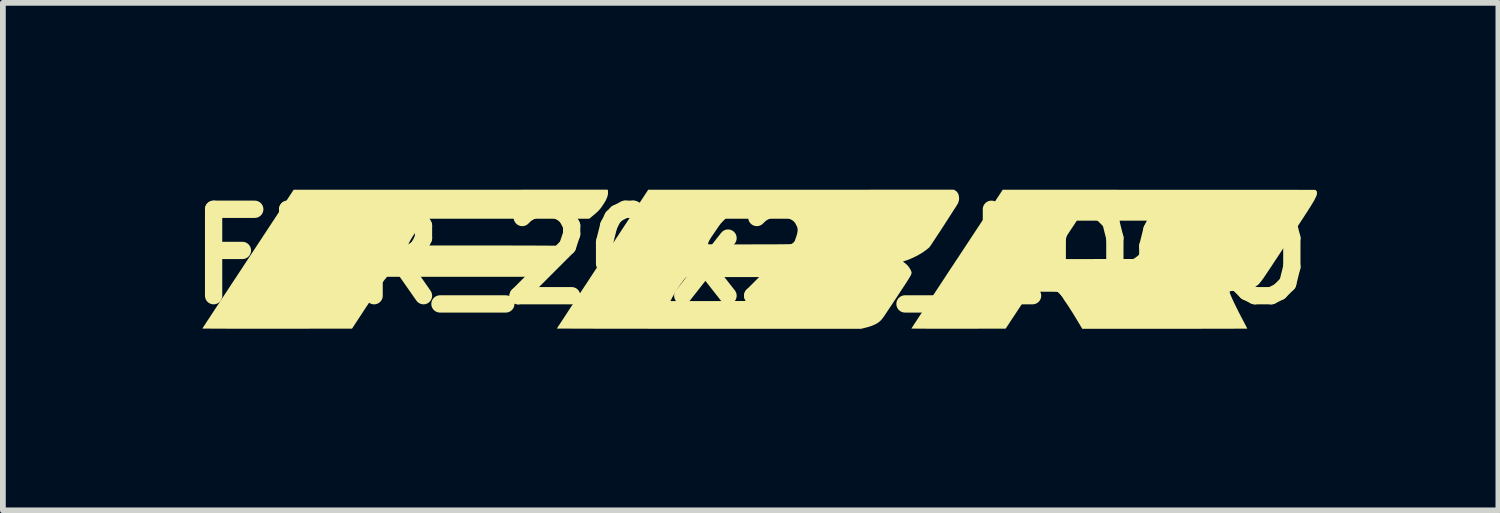
<source format=kicad_pcb>
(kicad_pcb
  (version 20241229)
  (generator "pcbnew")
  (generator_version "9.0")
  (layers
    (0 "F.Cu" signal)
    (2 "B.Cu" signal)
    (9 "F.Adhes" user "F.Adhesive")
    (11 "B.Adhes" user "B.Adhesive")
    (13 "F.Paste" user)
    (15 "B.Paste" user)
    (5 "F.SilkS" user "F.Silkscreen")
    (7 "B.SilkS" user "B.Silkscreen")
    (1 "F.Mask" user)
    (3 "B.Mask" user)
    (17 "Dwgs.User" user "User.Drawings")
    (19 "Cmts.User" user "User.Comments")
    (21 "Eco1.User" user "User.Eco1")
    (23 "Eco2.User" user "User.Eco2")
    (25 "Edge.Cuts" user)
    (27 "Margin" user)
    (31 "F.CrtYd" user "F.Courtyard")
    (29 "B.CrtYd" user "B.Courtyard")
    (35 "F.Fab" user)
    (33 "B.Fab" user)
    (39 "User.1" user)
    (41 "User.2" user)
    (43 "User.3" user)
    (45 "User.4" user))
  (footprint "FBR_20x20_LOGO"
    (layer "F.Cu")
    (at 9.979 1.404)
    (property "Reference" "FBR_20x20_LOGO" (at 0 0 0) (layer "F.SilkS") (effects (font (size 1.5 1.5) (thickness 0.3))))
    (attr board_only exclude_from_pos_files exclude_from_bom)
    (fp_poly (pts (xy -2.478 -1.148) (xy -2.475 -1.125) (xy -2.476 -1.096) (xy -2.48 -1.066) (xy -2.489 -1.037) (xy -2.498 -1.013) (xy -2.507 -0.992) (xy -2.517 -0.971) (xy -2.53 -0.949) (xy -2.547 -0.923) (xy -2.558 -0.905) (xy -2.58 -0.872) (xy -2.6 -0.844) (xy -2.62 -0.82) (xy -2.64 -0.797) (xy -2.664 -0.774) (xy -2.692 -0.749) (xy -2.721 -0.724) (xy -2.801 -0.658) (xy -4.213 -0.658) (xy -5.626 -0.658) (xy -5.679 -0.602) (xy -5.706 -0.572) (xy -5.736 -0.535) (xy -5.768 -0.493) (xy -5.801 -0.448) (xy -5.833 -0.401) (xy -5.864 -0.354) (xy -5.892 -0.308) (xy -5.916 -0.266) (xy -5.933 -0.233) (xy -5.952 -0.194) (xy -4.61 -0.193) (xy -4.485 -0.193) (xy -4.364 -0.193) (xy -4.248 -0.193) (xy -4.137 -0.193) (xy -4.031 -0.192) (xy -3.931 -0.192) (xy -3.836 -0.192) (xy -3.748 -0.192) (xy -3.667 -0.191) (xy -3.592 -0.191) (xy -3.524 -0.191) (xy -3.463 -0.19) (xy -3.41 -0.19) (xy -3.365 -0.189) (xy -3.329 -0.189) (xy -3.301 -0.189) (xy -3.281 -0.188) (xy -3.271 -0.188) (xy -3.269 -0.188) (xy -3.272 -0.183) (xy -3.28 -0.171) (xy -3.292 -0.152) (xy -3.308 -0.128) (xy -3.328 -0.098) (xy -3.35 -0.063) (xy -3.376 -0.024) (xy -3.403 0.018) (xy -3.432 0.062) (xy -3.446 0.083) (xy -3.621 0.35) (xy -4.966 0.35) (xy -6.311 0.35) (xy -6.332 0.376) (xy -6.341 0.387) (xy -6.351 0.398) (xy -6.361 0.411) (xy -6.372 0.426) (xy -6.384 0.443) (xy -6.398 0.462) (xy -6.413 0.485) (xy -6.431 0.511) (xy -6.452 0.542) (xy -6.476 0.578) (xy -6.503 0.619) (xy -6.534 0.665) (xy -6.569 0.718) (xy -6.609 0.778) (xy -6.653 0.846) (xy -6.665 0.863) (xy -6.919 1.25) (xy -8.219 1.252) (xy -8.352 1.252) (xy -8.48 1.252) (xy -8.601 1.252) (xy -8.715 1.252) (xy -8.823 1.252) (xy -8.924 1.252) (xy -9.017 1.252) (xy -9.104 1.251) (xy -9.183 1.251) (xy -9.254 1.251) (xy -9.317 1.251) (xy -9.371 1.25) (xy -9.418 1.25) (xy -9.456 1.25) (xy -9.485 1.249) (xy -9.504 1.249) (xy -9.515 1.249) (xy -9.517 1.248) (xy -9.514 1.244) (xy -9.506 1.232) (xy -9.494 1.212) (xy -9.476 1.186) (xy -9.455 1.153) (xy -9.429 1.113) (xy -9.398 1.067) (xy -9.364 1.015) (xy -9.327 0.958) (xy -9.286 0.896) (xy -9.241 0.828) (xy -9.194 0.756) (xy -9.144 0.68) (xy -9.091 0.6) (xy -9.036 0.516) (xy -8.979 0.429) (xy -8.919 0.339) (xy -8.858 0.246) (xy -8.795 0.15) (xy -8.731 0.053) (xy -8.723 0.041) (xy -7.932 -1.161) (xy -5.207 -1.161) (xy -2.482 -1.162)) (stroke (width 0) (type solid)) (fill yes) (layer "F.SilkS"))
    (fp_poly (pts (xy 7.088 -1.16) (xy 9.8 -1.159) (xy 9.815 -1.145) (xy 9.824 -1.136) (xy 9.828 -1.129) (xy 9.829 -1.119) (xy 9.829 -1.103) (xy 9.829 -1.098) (xy 9.828 -1.086) (xy 9.826 -1.074) (xy 9.822 -1.061) (xy 9.816 -1.046) (xy 9.806 -1.026) (xy 9.793 -0.999) (xy 9.79 -0.993) (xy 9.785 -0.982) (xy 9.778 -0.969) (xy 9.769 -0.955) (xy 9.759 -0.938) (xy 9.747 -0.918) (xy 9.733 -0.895) (xy 9.717 -0.869) (xy 9.697 -0.838) (xy 9.675 -0.803) (xy 9.65 -0.764) (xy 9.621 -0.72) (xy 9.589 -0.67) (xy 9.552 -0.614) (xy 9.512 -0.553) (xy 9.467 -0.484) (xy 9.418 -0.409) (xy 9.364 -0.327) (xy 9.31 -0.245) (xy 9.251 -0.155) (xy 9.198 -0.074) (xy 9.149 0.001) (xy 9.104 0.068) (xy 9.064 0.129) (xy 9.028 0.184) (xy 8.995 0.233) (xy 8.966 0.276) (xy 8.941 0.314) (xy 8.918 0.348) (xy 8.898 0.377) (xy 8.88 0.402) (xy 8.864 0.423) (xy 8.85 0.441) (xy 8.838 0.456) (xy 8.828 0.468) (xy 8.818 0.479) (xy 8.81 0.487) (xy 8.801 0.494) (xy 8.794 0.499) (xy 8.786 0.504) (xy 8.778 0.508) (xy 8.77 0.513) (xy 8.762 0.517) (xy 8.694 0.546) (xy 8.62 0.569) (xy 8.54 0.585) (xy 8.453 0.593) (xy 8.385 0.595) (xy 8.357 0.596) (xy 8.337 0.598) (xy 8.323 0.601) (xy 8.316 0.606) (xy 8.314 0.615) (xy 8.316 0.625) (xy 8.32 0.64) (xy 8.329 0.663) (xy 8.342 0.693) (xy 8.358 0.73) (xy 8.377 0.771) (xy 8.399 0.817) (xy 8.424 0.868) (xy 8.45 0.921) (xy 8.478 0.977) (xy 8.508 1.034) (xy 8.538 1.092) (xy 8.556 1.126) (xy 8.573 1.158) (xy 8.587 1.186) (xy 8.6 1.211) (xy 8.61 1.23) (xy 8.617 1.243) (xy 8.62 1.25) (xy 8.62 1.25) (xy 8.616 1.25) (xy 8.602 1.25) (xy 8.579 1.251) (xy 8.547 1.251) (xy 8.508 1.251) (xy 8.461 1.251) (xy 8.406 1.251) (xy 8.345 1.252) (xy 8.277 1.252) (xy 8.202 1.252) (xy 8.122 1.252) (xy 8.036 1.252) (xy 7.945 1.252) (xy 7.85 1.252) (xy 7.75 1.253) (xy 7.645 1.253) (xy 7.538 1.253) (xy 7.427 1.253) (xy 7.313 1.253) (xy 7.196 1.253) (xy 7.188 1.253) (xy 5.755 1.253) (xy 5.732 1.213) (xy 5.697 1.155) (xy 5.663 1.099) (xy 5.63 1.044) (xy 5.598 0.992) (xy 5.568 0.944) (xy 5.54 0.901) (xy 5.516 0.862) (xy 5.494 0.83) (xy 5.477 0.805) (xy 5.469 0.794) (xy 5.458 0.778) (xy 5.443 0.756) (xy 5.427 0.731) (xy 5.41 0.704) (xy 5.402 0.692) (xy 5.385 0.665) (xy 5.372 0.645) (xy 5.362 0.631) (xy 5.353 0.623) (xy 5.346 0.617) (xy 5.344 0.616) (xy 5.338 0.615) (xy 5.329 0.613) (xy 5.316 0.612) (xy 5.299 0.611) (xy 5.275 0.611) (xy 5.245 0.61) (xy 5.209 0.61) (xy 5.164 0.61) (xy 5.111 0.61) (xy 5.088 0.61) (xy 4.849 0.61) (xy 4.637 0.93) (xy 4.426 1.25) (xy 3.607 1.252) (xy 3.492 1.252) (xy 3.385 1.252) (xy 3.287 1.252) (xy 3.197 1.252) (xy 3.116 1.252) (xy 3.044 1.251) (xy 2.98 1.251) (xy 2.926 1.251) (xy 2.88 1.25) (xy 2.844 1.25) (xy 2.816 1.25) (xy 2.799 1.249) (xy 2.79 1.248) (xy 2.789 1.248) (xy 2.792 1.244) (xy 2.8 1.232) (xy 2.813 1.212) (xy 2.83 1.186) (xy 2.852 1.152) (xy 2.878 1.113) (xy 2.908 1.067) (xy 2.942 1.015) (xy 2.98 0.958) (xy 3.021 0.895) (xy 3.065 0.828) (xy 3.112 0.756) (xy 3.162 0.68) (xy 3.215 0.6) (xy 3.27 0.516) (xy 3.328 0.428) (xy 3.387 0.338) (xy 3.448 0.245) (xy 3.511 0.15) (xy 3.575 0.052) (xy 3.583 0.041) (xy 3.584 0.04) (xy 5.222 0.04) (xy 5.227 0.041) (xy 5.241 0.041) (xy 5.263 0.041) (xy 5.293 0.041) (xy 5.331 0.042) (xy 5.376 0.042) (xy 5.427 0.042) (xy 5.484 0.042) (xy 5.547 0.042) (xy 5.614 0.042) (xy 5.686 0.042) (xy 5.761 0.042) (xy 5.84 0.042) (xy 5.921 0.042) (xy 5.931 0.042) (xy 6.641 0.041) (xy 6.669 0.024) (xy 6.699 0.003) (xy 6.734 -0.027) (xy 6.771 -0.064) (xy 6.811 -0.108) (xy 6.853 -0.159) (xy 6.897 -0.215) (xy 6.93 -0.26) (xy 6.973 -0.323) (xy 7.009 -0.381) (xy 7.037 -0.433) (xy 7.059 -0.481) (xy 7.074 -0.524) (xy 7.082 -0.564) (xy 7.084 -0.594) (xy 7.084 -0.624) (xy 6.373 -0.624) (xy 5.661 -0.624) (xy 5.442 -0.293) (xy 5.408 -0.243) (xy 5.376 -0.194) (xy 5.346 -0.149) (xy 5.318 -0.107) (xy 5.293 -0.069) (xy 5.271 -0.036) (xy 5.253 -0.008) (xy 5.238 0.015) (xy 5.228 0.03) (xy 5.223 0.039) (xy 5.222 0.04) (xy 3.584 0.04) (xy 4.375 -1.161)) (stroke (width 0) (type solid)) (fill yes) (layer "F.SilkS"))
    (fp_poly (pts (xy 3.545 -1.152) (xy 3.571 -1.134) (xy 3.592 -1.109) (xy 3.607 -1.08) (xy 3.615 -1.046) (xy 3.618 -1.009) (xy 3.614 -0.972) (xy 3.602 -0.934) (xy 3.598 -0.924) (xy 3.594 -0.917) (xy 3.585 -0.902) (xy 3.572 -0.881) (xy 3.555 -0.854) (xy 3.534 -0.822) (xy 3.51 -0.785) (xy 3.484 -0.744) (xy 3.456 -0.701) (xy 3.427 -0.655) (xy 3.396 -0.608) (xy 3.365 -0.559) (xy 3.333 -0.51) (xy 3.302 -0.462) (xy 3.271 -0.415) (xy 3.241 -0.37) (xy 3.214 -0.328) (xy 3.188 -0.289) (xy 3.165 -0.254) (xy 3.145 -0.223) (xy 3.128 -0.198) (xy 3.115 -0.18) (xy 3.107 -0.168) (xy 3.104 -0.164) (xy 3.092 -0.153) (xy 3.074 -0.138) (xy 3.052 -0.12) (xy 3.027 -0.102) (xy 3.002 -0.084) (xy 2.977 -0.067) (xy 2.965 -0.059) (xy 2.923 -0.035) (xy 2.878 -0.01) (xy 2.831 0.013) (xy 2.784 0.034) (xy 2.741 0.052) (xy 2.709 0.063) (xy 2.686 0.071) (xy 2.666 0.078) (xy 2.652 0.083) (xy 2.645 0.086) (xy 2.645 0.087) (xy 2.648 0.091) (xy 2.658 0.098) (xy 2.668 0.105) (xy 2.695 0.126) (xy 2.723 0.153) (xy 2.748 0.184) (xy 2.769 0.216) (xy 2.784 0.246) (xy 2.787 0.254) (xy 2.789 0.262) (xy 2.791 0.269) (xy 2.793 0.276) (xy 2.793 0.283) (xy 2.792 0.291) (xy 2.789 0.301) (xy 2.784 0.313) (xy 2.778 0.327) (xy 2.768 0.344) (xy 2.756 0.365) (xy 2.741 0.39) (xy 2.722 0.419) (xy 2.7 0.454) (xy 2.674 0.494) (xy 2.643 0.541) (xy 2.608 0.594) (xy 2.568 0.655) (xy 2.549 0.684) (xy 2.513 0.738) (xy 2.479 0.79) (xy 2.446 0.84) (xy 2.415 0.886) (xy 2.386 0.929) (xy 2.36 0.968) (xy 2.338 1.002) (xy 2.319 1.03) (xy 2.304 1.052) (xy 2.293 1.067) (xy 2.287 1.074) (xy 2.262 1.104) (xy 2.233 1.13) (xy 2.202 1.153) (xy 2.166 1.174) (xy 2.125 1.192) (xy 2.078 1.21) (xy 2.023 1.226) (xy 1.965 1.241) (xy 1.917 1.253) (xy -0.724 1.253) (xy -0.925 1.253) (xy -1.12 1.253) (xy -1.307 1.253) (xy -1.486 1.253) (xy -1.658 1.253) (xy -1.822 1.252) (xy -1.979 1.252) (xy -2.128 1.252) (xy -2.269 1.252) (xy -2.402 1.252) (xy -2.526 1.252) (xy -2.643 1.252) (xy -2.751 1.251) (xy -2.851 1.251) (xy -2.942 1.251) (xy -3.025 1.251) (xy -3.098 1.25) (xy -3.163 1.25) (xy -3.22 1.25) (xy -3.267 1.25) (xy -3.305 1.249) (xy -3.333 1.249) (xy -3.353 1.249) (xy -3.362 1.248) (xy -3.364 1.248) (xy -3.361 1.244) (xy -3.353 1.232) (xy -3.341 1.212) (xy -3.323 1.186) (xy -3.301 1.153) (xy -3.275 1.113) (xy -3.245 1.067) (xy -3.211 1.015) (xy -3.174 0.958) (xy -3.133 0.895) (xy -3.088 0.828) (xy -3.05 0.771) (xy -1.392 0.771) (xy -1.387 0.771) (xy -1.373 0.771) (xy -1.351 0.771) (xy -1.321 0.771) (xy -1.283 0.772) (xy -1.238 0.772) (xy -1.187 0.772) (xy -1.13 0.772) (xy -1.067 0.772) (xy -1 0.772) (xy -0.928 0.772) (xy -0.852 0.772) (xy -0.773 0.772) (xy -0.692 0.772) (xy -0.676 0.772) (xy 0.041 0.77) (xy 0.062 0.758) (xy 0.078 0.746) (xy 0.097 0.73) (xy 0.118 0.709) (xy 0.142 0.682) (xy 0.171 0.647) (xy 0.19 0.624) (xy 0.23 0.572) (xy 0.264 0.525) (xy 0.294 0.478) (xy 0.322 0.429) (xy 0.331 0.412) (xy 0.361 0.355) (xy -0.378 0.355) (xy -1.117 0.355) (xy -1.138 0.378) (xy -1.16 0.403) (xy -1.185 0.436) (xy -1.213 0.473) (xy -1.242 0.515) (xy -1.271 0.558) (xy -1.299 0.603) (xy -1.326 0.647) (xy -1.349 0.688) (xy -1.357 0.702) (xy -1.369 0.725) (xy -1.379 0.745) (xy -1.387 0.76) (xy -1.391 0.769) (xy -1.392 0.771) (xy -3.05 0.771) (xy -3.041 0.756) (xy -2.991 0.68) (xy -2.938 0.6) (xy -2.883 0.516) (xy -2.825 0.429) (xy -2.766 0.338) (xy -2.705 0.245) (xy -2.642 0.15) (xy -2.578 0.053) (xy -2.57 0.041) (xy -2.399 -0.218) (xy -0.742 -0.218) (xy -0.741 -0.217) (xy -0.739 -0.216) (xy -0.734 -0.216) (xy -0.728 -0.215) (xy -0.718 -0.214) (xy -0.706 -0.214) (xy -0.69 -0.213) (xy -0.669 -0.213) (xy -0.644 -0.213) (xy -0.614 -0.212) (xy -0.579 -0.212) (xy -0.537 -0.212) (xy -0.489 -0.212) (xy -0.435 -0.212) (xy -0.373 -0.212) (xy -0.303 -0.212) (xy -0.226 -0.212) (xy -0.139 -0.212) (xy -0.044 -0.212) (xy -0.023 -0.212) (xy 0.074 -0.213) (xy 0.162 -0.213) (xy 0.242 -0.213) (xy 0.313 -0.213) (xy 0.377 -0.213) (xy 0.433 -0.213) (xy 0.482 -0.214) (xy 0.525 -0.214) (xy 0.563 -0.214) (xy 0.594 -0.215) (xy 0.621 -0.215) (xy 0.644 -0.215) (xy 0.662 -0.216) (xy 0.677 -0.217) (xy 0.688 -0.217) (xy 0.697 -0.218) (xy 0.704 -0.219) (xy 0.709 -0.22) (xy 0.712 -0.221) (xy 0.715 -0.222) (xy 0.717 -0.223) (xy 0.739 -0.237) (xy 0.764 -0.258) (xy 0.789 -0.285) (xy 0.811 -0.312) (xy 0.833 -0.343) (xy 0.856 -0.376) (xy 0.88 -0.411) (xy 0.903 -0.446) (xy 0.924 -0.481) (xy 0.945 -0.514) (xy 0.963 -0.544) (xy 0.978 -0.571) (xy 0.989 -0.593) (xy 0.996 -0.609) (xy 0.998 -0.617) (xy 0.995 -0.628) (xy 0.988 -0.64) (xy 0.986 -0.643) (xy 0.973 -0.658) (xy 0.269 -0.658) (xy -0.436 -0.658) (xy -0.478 -0.618) (xy -0.519 -0.574) (xy -0.553 -0.528) (xy -0.566 -0.509) (xy -0.583 -0.484) (xy -0.603 -0.455) (xy -0.624 -0.424) (xy -0.645 -0.393) (xy -0.654 -0.38) (xy -0.68 -0.342) (xy -0.7 -0.31) (xy -0.715 -0.285) (xy -0.725 -0.266) (xy -0.73 -0.255) (xy -0.735 -0.239) (xy -0.739 -0.226) (xy -0.742 -0.22) (xy -0.742 -0.218) (xy -2.399 -0.218) (xy -1.778 -1.161) (xy 0.873 -1.161) (xy 3.525 -1.162)) (stroke (width 0) (type solid)) (fill yes) (layer "F.SilkS")))
  (gr_rect
    (start -3 -3)
    (end 22.957 5.808)
    (stroke (width 0.1) (type default))
    (fill no)
    (layer "Edge.Cuts")))
</source>
